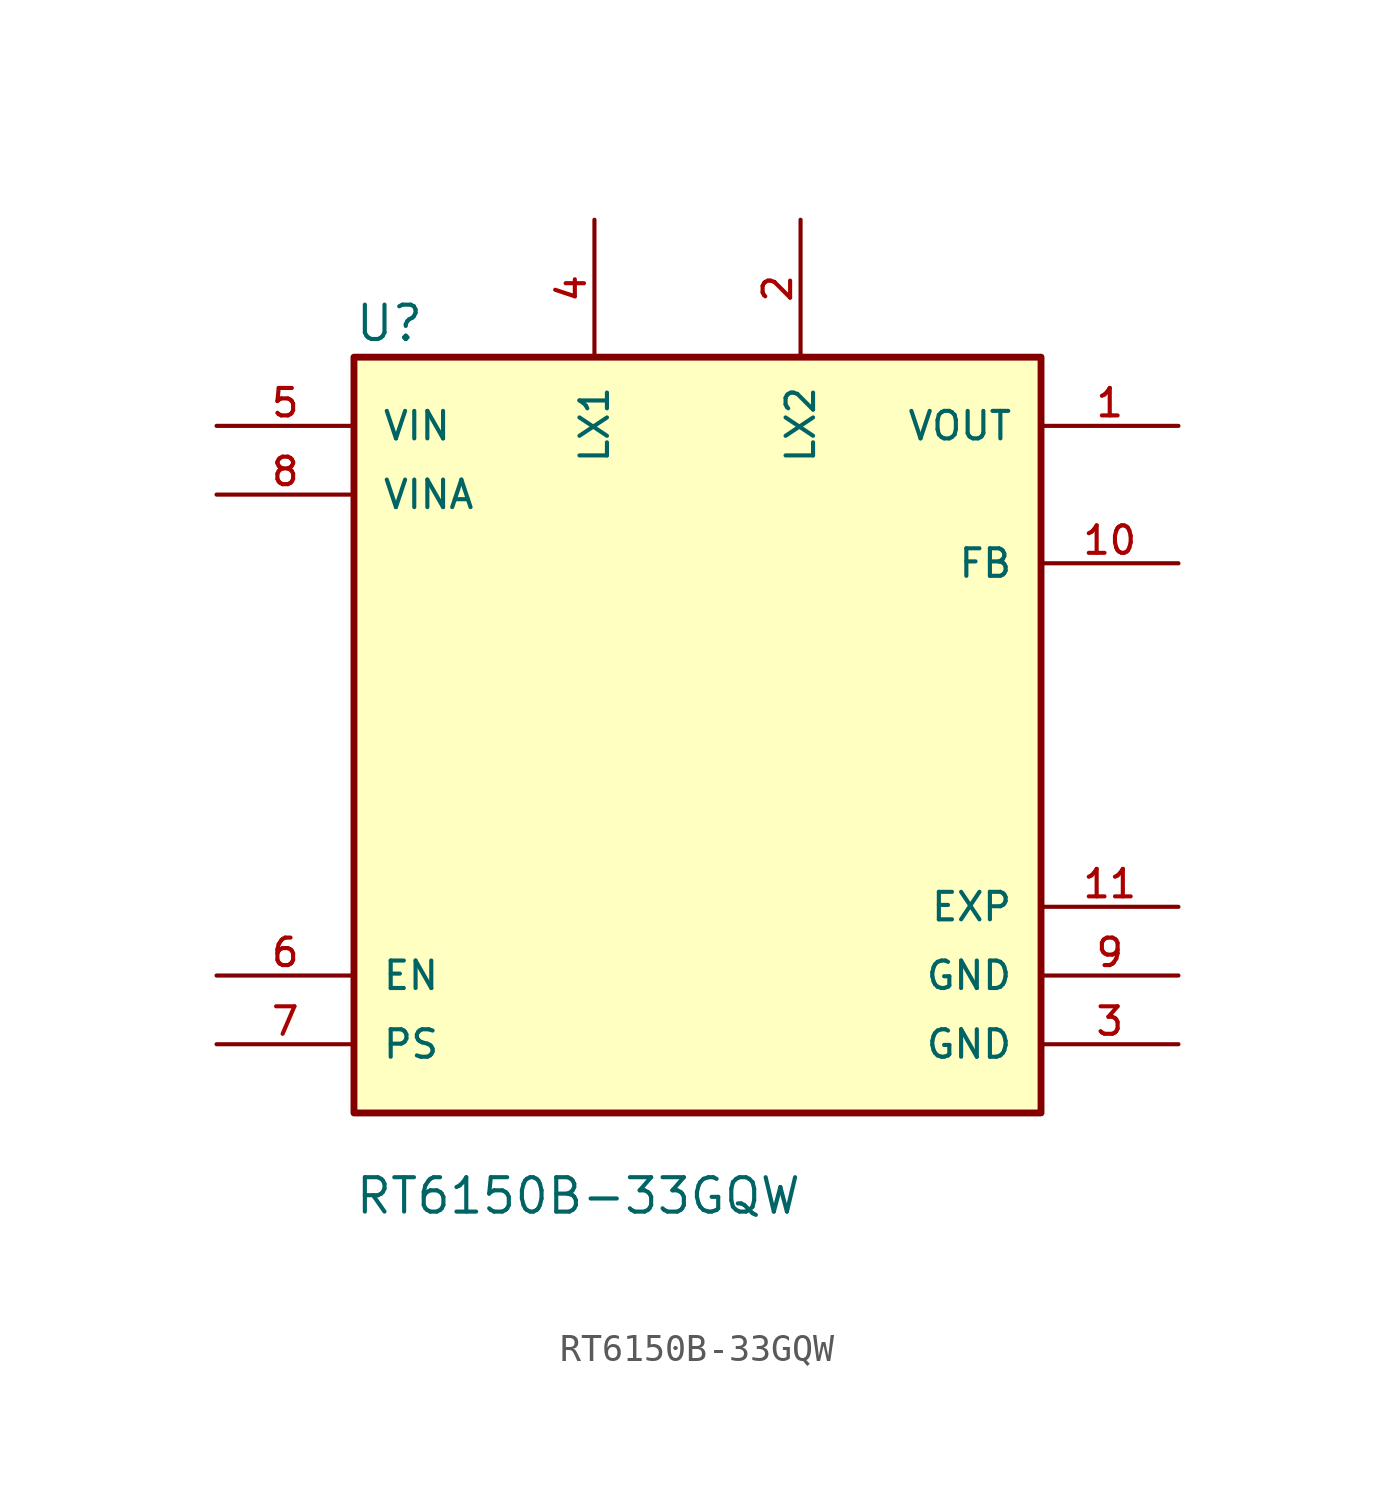
<source format=kicad_sym>
(kicad_symbol_lib
  (version 20220914)
  (generator kicad_symbol_editor)
  (symbol "RT6150B-33GQW"
    (pin_names
      (offset 1.016))
    (property "Reference" "U"
      (at -12.7 13.208 0)
      (effects (font (size 1.27 1.27)) (justify left bottom)))
    (property "Value" "RT6150B-33GQW"
      (at -12.7 -19.05 0)
      (effects (font (size 1.27 1.27)) (justify left bottom)))
    (symbol "RT6150B-33GQW_0_0"
      (rectangle (start -12.7 12.7) (end 12.7 -15.24) (stroke (width 0.254) (type default)) (fill (type background)))
      (pin power_in line (at 17.78 -7.62 180) (length 5.08) (name "EXP" (effects (font (size 1.016 1.016)))) (number "11" (effects (font (size 1.016 1.016)))))
      (pin passive line (at 3.81 17.78 270) (length 5.08) (name "LX2" (effects (font (size 1.016 1.016)))) (number "2" (effects (font (size 1.016 1.016)))))
      (pin power_in line (at 17.78 -12.7 180) (length 5.08) (name "GND" (effects (font (size 1.016 1.016)))) (number "3" (effects (font (size 1.016 1.016)))))
      (pin passive line (at -3.81 17.78 270) (length 5.08) (name "LX1" (effects (font (size 1.016 1.016)))) (number "4" (effects (font (size 1.016 1.016)))))
      (pin input line (at -17.78 10.16 0) (length 5.08) (name "VIN" (effects (font (size 1.016 1.016)))) (number "5" (effects (font (size 1.016 1.016)))))
      (pin input line (at -17.78 -10.16 0) (length 5.08) (name "EN" (effects (font (size 1.016 1.016)))) (number "6" (effects (font (size 1.016 1.016)))))
      (pin input line (at -17.78 -12.7 0) (length 5.08) (name "PS" (effects (font (size 1.016 1.016)))) (number "7" (effects (font (size 1.016 1.016)))))
      (pin input line (at -17.78 7.62 0) (length 5.08) (name "VINA" (effects (font (size 1.016 1.016)))) (number "8" (effects (font (size 1.016 1.016)))))
      (pin power_in line (at 17.78 -10.16 180) (length 5.08) (name "GND" (effects (font (size 1.016 1.016)))) (number "9" (effects (font (size 1.016 1.016))))))
    (symbol "RT6150B-33GQW_1_0"
      (pin passive line (at 17.78 10.16 180) (length 5.08) (name "VOUT" (effects (font (size 1.016 1.016)))) (number "1" (effects (font (size 1.016 1.016)))))
      (pin passive line (at 17.78 5.08 180) (length 5.08) (name "FB" (effects (font (size 1.016 1.016)))) (number "10" (effects (font (size 1.016 1.016))))))))
</source>
